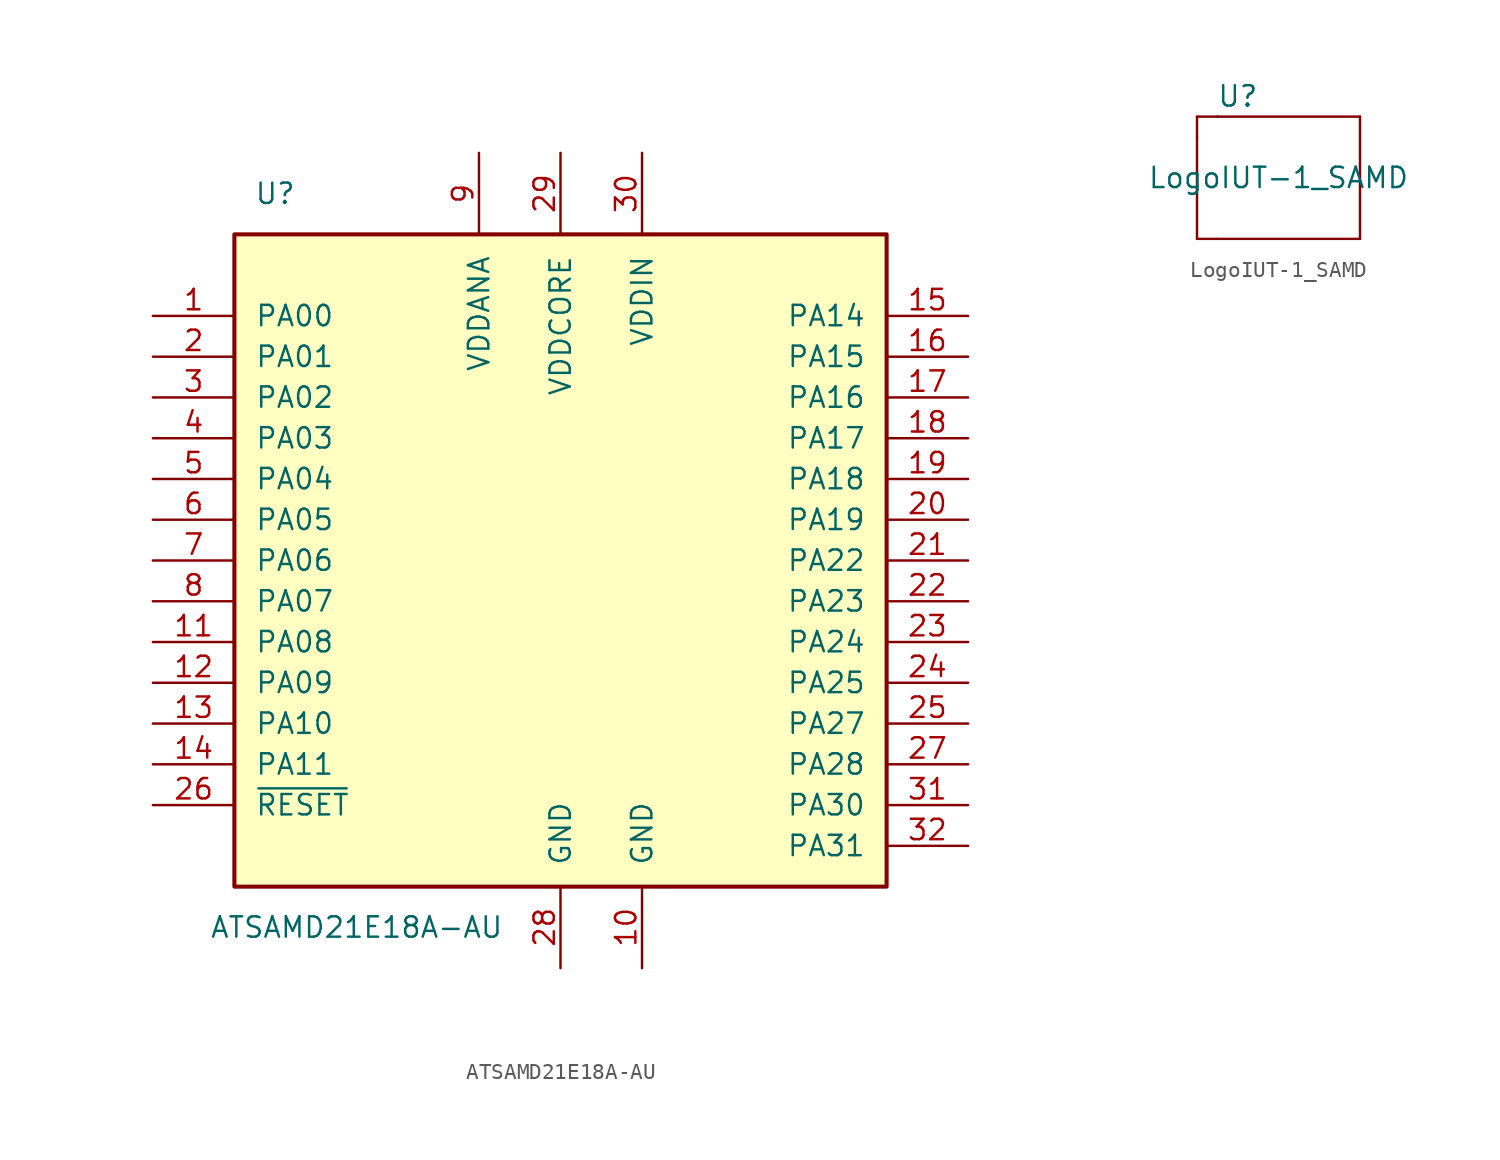
<source format=kicad_sym>
(kicad_symbol_lib
  (version 20211014)
  (generator kicad_symbol_editor)
  (symbol "ATSAMD21E18A-AU"
    (pin_names
      (offset 1.27))
    (property "Reference" "U"
      (at -17.78 22.86 0)
      (effects (font (size 1.27 1.27))))
    (property "Value" "ATSAMD21E18A-AU"
      (at -12.7 -22.86 0)
      (effects (font (size 1.27 1.27))))
    (symbol "ATSAMD21E18A-AU_0_1"
      (rectangle (start -20.32 20.32) (end 20.32 -20.32) (stroke (width 0.254) (type default) (color 0 0 0 0)) (fill (type background))))
    (symbol "ATSAMD21E18A-AU_1_1"
      (pin bidirectional line (at -25.4 15.24 0) (length 5.08) (name "PA00" (effects (font (size 1.27 1.27)))) (number "1" (effects (font (size 1.27 1.27)))))
      (pin power_in line (at 5.08 -25.4 90) (length 5.08) (name "GND" (effects (font (size 1.27 1.27)))) (number "10" (effects (font (size 1.27 1.27)))))
      (pin bidirectional line (at -25.4 -5.08 0) (length 5.08) (name "PA08" (effects (font (size 1.27 1.27)))) (number "11" (effects (font (size 1.27 1.27)))))
      (pin bidirectional line (at -25.4 -7.62 0) (length 5.08) (name "PA09" (effects (font (size 1.27 1.27)))) (number "12" (effects (font (size 1.27 1.27)))))
      (pin bidirectional line (at -25.4 -10.16 0) (length 5.08) (name "PA10" (effects (font (size 1.27 1.27)))) (number "13" (effects (font (size 1.27 1.27)))))
      (pin bidirectional line (at -25.4 -12.7 0) (length 5.08) (name "PA11" (effects (font (size 1.27 1.27)))) (number "14" (effects (font (size 1.27 1.27)))))
      (pin bidirectional line (at 25.4 15.24 180) (length 5.08) (name "PA14" (effects (font (size 1.27 1.27)))) (number "15" (effects (font (size 1.27 1.27)))))
      (pin bidirectional line (at 25.4 12.7 180) (length 5.08) (name "PA15" (effects (font (size 1.27 1.27)))) (number "16" (effects (font (size 1.27 1.27)))))
      (pin bidirectional line (at 25.4 10.16 180) (length 5.08) (name "PA16" (effects (font (size 1.27 1.27)))) (number "17" (effects (font (size 1.27 1.27)))))
      (pin bidirectional line (at 25.4 7.62 180) (length 5.08) (name "PA17" (effects (font (size 1.27 1.27)))) (number "18" (effects (font (size 1.27 1.27)))))
      (pin bidirectional line (at 25.4 5.08 180) (length 5.08) (name "PA18" (effects (font (size 1.27 1.27)))) (number "19" (effects (font (size 1.27 1.27)))))
      (pin bidirectional line (at -25.4 12.7 0) (length 5.08) (name "PA01" (effects (font (size 1.27 1.27)))) (number "2" (effects (font (size 1.27 1.27)))))
      (pin bidirectional line (at 25.4 2.54 180) (length 5.08) (name "PA19" (effects (font (size 1.27 1.27)))) (number "20" (effects (font (size 1.27 1.27)))))
      (pin bidirectional line (at 25.4 0 180) (length 5.08) (name "PA22" (effects (font (size 1.27 1.27)))) (number "21" (effects (font (size 1.27 1.27)))))
      (pin bidirectional line (at 25.4 -2.54 180) (length 5.08) (name "PA23" (effects (font (size 1.27 1.27)))) (number "22" (effects (font (size 1.27 1.27)))))
      (pin bidirectional line (at 25.4 -5.08 180) (length 5.08) (name "PA24" (effects (font (size 1.27 1.27)))) (number "23" (effects (font (size 1.27 1.27)))))
      (pin bidirectional line (at 25.4 -7.62 180) (length 5.08) (name "PA25" (effects (font (size 1.27 1.27)))) (number "24" (effects (font (size 1.27 1.27)))))
      (pin bidirectional line (at 25.4 -10.16 180) (length 5.08) (name "PA27" (effects (font (size 1.27 1.27)))) (number "25" (effects (font (size 1.27 1.27)))))
      (pin input line (at -25.4 -15.24 0) (length 5.08) (name "~{RESET}" (effects (font (size 1.27 1.27)))) (number "26" (effects (font (size 1.27 1.27)))))
      (pin bidirectional line (at 25.4 -12.7 180) (length 5.08) (name "PA28" (effects (font (size 1.27 1.27)))) (number "27" (effects (font (size 1.27 1.27)))))
      (pin passive line (at 0 -25.4 90) (length 5.08) (name "GND" (effects (font (size 1.27 1.27)))) (number "28" (effects (font (size 1.27 1.27)))))
      (pin power_in line (at 0 25.4 270) (length 5.08) (name "VDDCORE" (effects (font (size 1.27 1.27)))) (number "29" (effects (font (size 1.27 1.27)))))
      (pin bidirectional line (at -25.4 10.16 0) (length 5.08) (name "PA02" (effects (font (size 1.27 1.27)))) (number "3" (effects (font (size 1.27 1.27)))))
      (pin power_in line (at 5.08 25.4 270) (length 5.08) (name "VDDIN" (effects (font (size 1.27 1.27)))) (number "30" (effects (font (size 1.27 1.27)))))
      (pin bidirectional line (at 25.4 -15.24 180) (length 5.08) (name "PA30" (effects (font (size 1.27 1.27)))) (number "31" (effects (font (size 1.27 1.27)))))
      (pin bidirectional line (at 25.4 -17.78 180) (length 5.08) (name "PA31" (effects (font (size 1.27 1.27)))) (number "32" (effects (font (size 1.27 1.27)))))
      (pin bidirectional line (at -25.4 7.62 0) (length 5.08) (name "PA03" (effects (font (size 1.27 1.27)))) (number "4" (effects (font (size 1.27 1.27)))))
      (pin bidirectional line (at -25.4 5.08 0) (length 5.08) (name "PA04" (effects (font (size 1.27 1.27)))) (number "5" (effects (font (size 1.27 1.27)))))
      (pin bidirectional line (at -25.4 2.54 0) (length 5.08) (name "PA05" (effects (font (size 1.27 1.27)))) (number "6" (effects (font (size 1.27 1.27)))))
      (pin bidirectional line (at -25.4 0 0) (length 5.08) (name "PA06" (effects (font (size 1.27 1.27)))) (number "7" (effects (font (size 1.27 1.27)))))
      (pin bidirectional line (at -25.4 -2.54 0) (length 5.08) (name "PA07" (effects (font (size 1.27 1.27)))) (number "8" (effects (font (size 1.27 1.27)))))
      (pin power_in line (at -5.08 25.4 270) (length 5.08) (name "VDDANA" (effects (font (size 1.27 1.27)))) (number "9" (effects (font (size 1.27 1.27)))))))
  (symbol "LogoIUT-1_SAMD"
    (pin_names
      (offset 1.016))
    (property "Reference" "U"
      (at -2.54 5.08 0)
      (effects (font (size 1.27 1.27))))
    (property "Value" "LogoIUT-1_SAMD"
      (at 0 0 0)
      (effects (font (size 1.27 1.27))))
    (symbol "LogoIUT-1_SAMD_0_1"
      (rectangle (start -5.08 2.54) (end -5.08 -3.81) (stroke (width 0) (type default) (color 0 0 0 0)) (fill (type none)))
      (rectangle (start -5.08 2.54) (end -5.08 3.81) (stroke (width 0) (type default) (color 0 0 0 0)) (fill (type none)))
      (rectangle (start -3.81 -3.81) (end -5.08 -3.81) (stroke (width 0) (type default) (color 0 0 0 0)) (fill (type none)))
      (rectangle (start -3.81 -3.81) (end 5.08 -3.81) (stroke (width 0) (type default) (color 0 0 0 0)) (fill (type none)))
      (rectangle (start -3.81 3.81) (end -5.08 3.81) (stroke (width 0) (type default) (color 0 0 0 0)) (fill (type none)))
      (rectangle (start 5.08 -3.81) (end 5.08 3.81) (stroke (width 0) (type default) (color 0 0 0 0)) (fill (type none)))
      (rectangle (start 5.08 3.81) (end -3.81 3.81) (stroke (width 0) (type default) (color 0 0 0 0)) (fill (type none))))))
</source>
